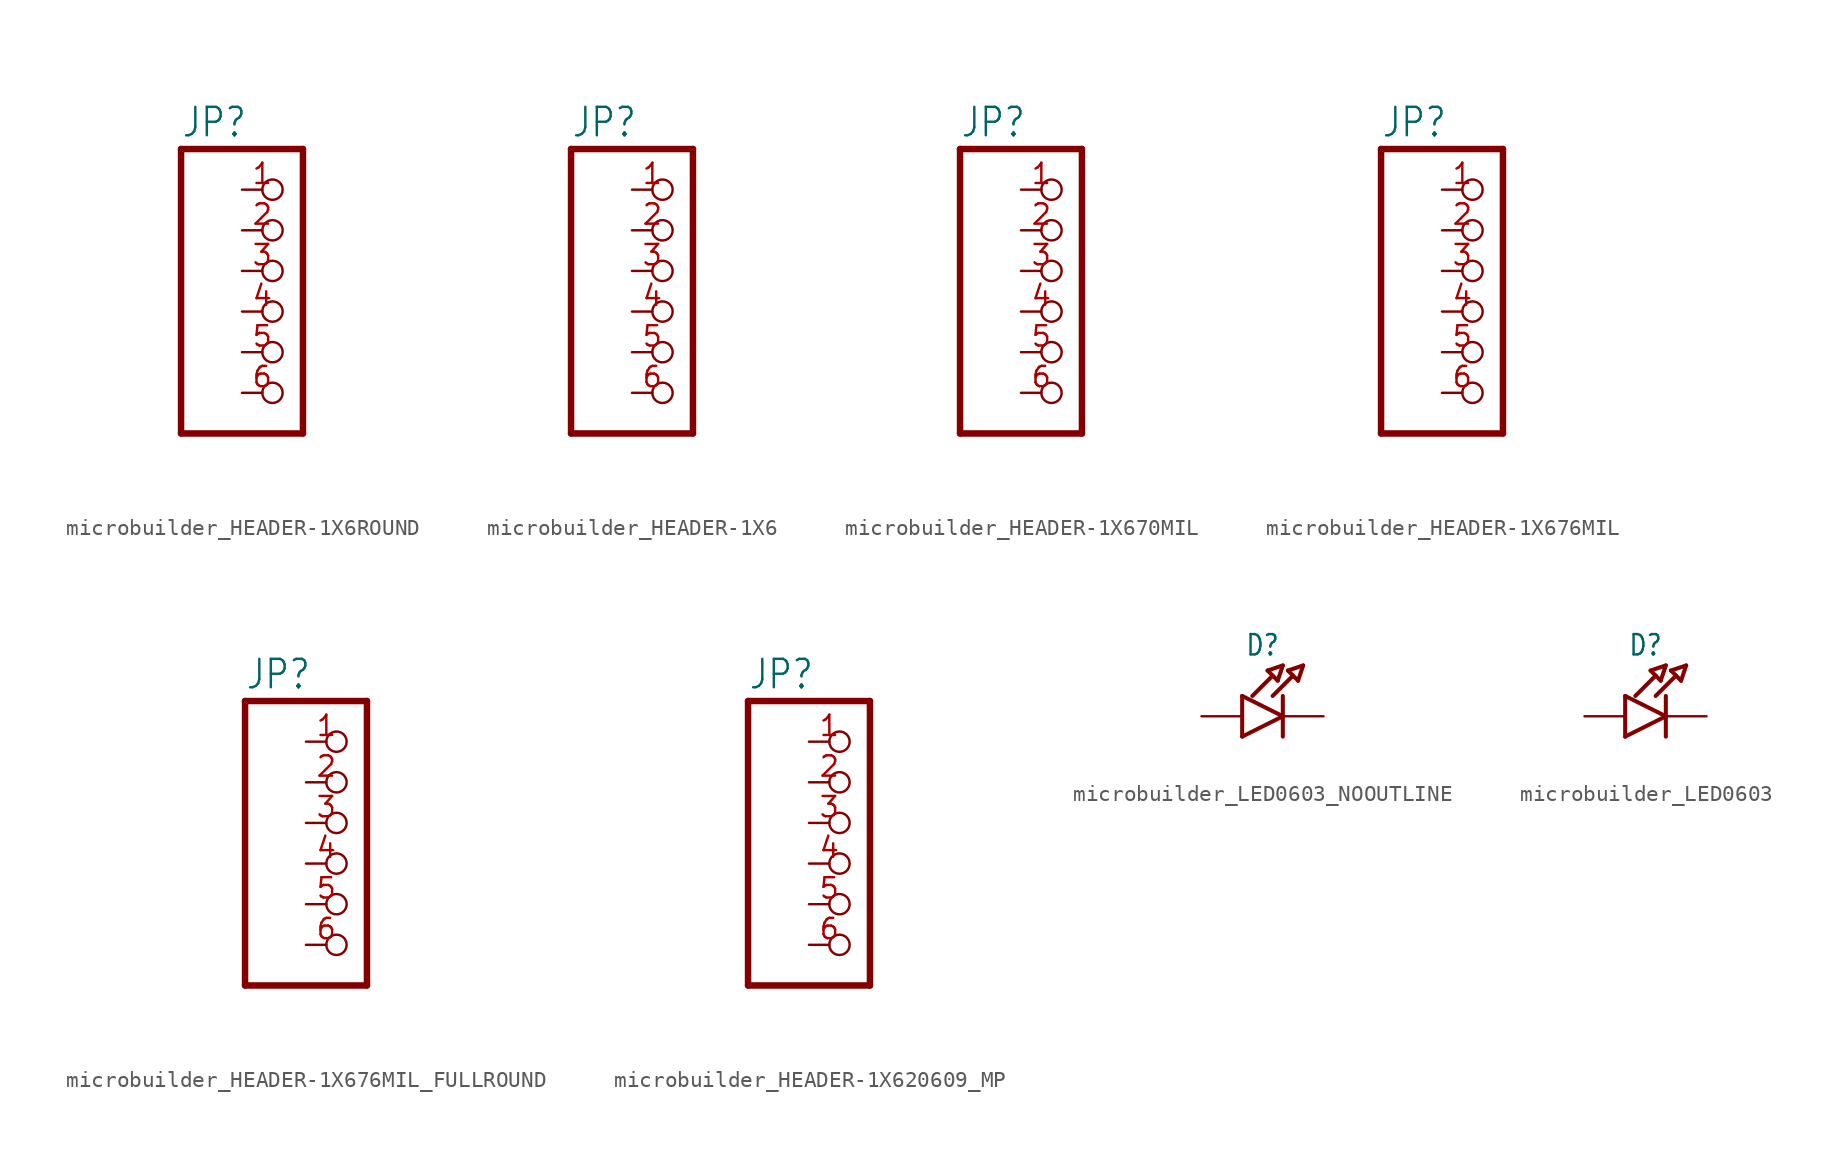
<source format=kicad_sym>
(kicad_symbol_lib
  (version 20220914)
  (generator kicad_symbol_editor)
  (symbol "microbuilder_HEADER-1X6ROUND"
    (property "Reference" "JP"
      (at -6.35 10.795 0)
      (effects (font (size 1.778 1.511)) (justify left bottom)))
    (property "Value" ""
      (at -6.35 -10.16 0)
      (effects (font (size 1.778 1.511)) (justify left bottom)))
    (property "ki_locked" ""
      (at 0 0 0)
      (effects (font (size 1.27 1.27))))
    (symbol "microbuilder_HEADER-1X6ROUND_1_0"
      (polyline (pts (xy -6.35 -7.62) (xy 1.27 -7.62)) (stroke (width 0.406) (type solid)) (fill (type none)))
      (polyline (pts (xy -6.35 10.16) (xy -6.35 -7.62)) (stroke (width 0.406) (type solid)) (fill (type none)))
      (polyline (pts (xy 1.27 -7.62) (xy 1.27 10.16)) (stroke (width 0.406) (type solid)) (fill (type none)))
      (polyline (pts (xy 1.27 10.16) (xy -6.35 10.16)) (stroke (width 0.406) (type solid)) (fill (type none)))
      (pin passive inverted (at -2.54 7.62 0) (length 2.54) (name "1" (effects (font (size 0 0)))) (number "1" (effects (font (size 1.27 1.27)))))
      (pin passive inverted (at -2.54 5.08 0) (length 2.54) (name "2" (effects (font (size 0 0)))) (number "2" (effects (font (size 1.27 1.27)))))
      (pin passive inverted (at -2.54 2.54 0) (length 2.54) (name "3" (effects (font (size 0 0)))) (number "3" (effects (font (size 1.27 1.27)))))
      (pin passive inverted (at -2.54 0 0) (length 2.54) (name "4" (effects (font (size 0 0)))) (number "4" (effects (font (size 1.27 1.27)))))
      (pin passive inverted (at -2.54 -2.54 0) (length 2.54) (name "5" (effects (font (size 0 0)))) (number "5" (effects (font (size 1.27 1.27)))))
      (pin passive inverted (at -2.54 -5.08 0) (length 2.54) (name "6" (effects (font (size 0 0)))) (number "6" (effects (font (size 1.27 1.27)))))))
  (symbol "microbuilder_HEADER-1X6"
    (property "Reference" "JP"
      (at -6.35 10.795 0)
      (effects (font (size 1.778 1.511)) (justify left bottom)))
    (property "Value" ""
      (at -6.35 -10.16 0)
      (effects (font (size 1.778 1.511)) (justify left bottom)))
    (property "ki_locked" ""
      (at 0 0 0)
      (effects (font (size 1.27 1.27))))
    (symbol "microbuilder_HEADER-1X6_1_0"
      (polyline (pts (xy -6.35 -7.62) (xy 1.27 -7.62)) (stroke (width 0.406) (type solid)) (fill (type none)))
      (polyline (pts (xy -6.35 10.16) (xy -6.35 -7.62)) (stroke (width 0.406) (type solid)) (fill (type none)))
      (polyline (pts (xy 1.27 -7.62) (xy 1.27 10.16)) (stroke (width 0.406) (type solid)) (fill (type none)))
      (polyline (pts (xy 1.27 10.16) (xy -6.35 10.16)) (stroke (width 0.406) (type solid)) (fill (type none)))
      (pin passive inverted (at -2.54 7.62 0) (length 2.54) (name "1" (effects (font (size 0 0)))) (number "1" (effects (font (size 1.27 1.27)))))
      (pin passive inverted (at -2.54 5.08 0) (length 2.54) (name "2" (effects (font (size 0 0)))) (number "2" (effects (font (size 1.27 1.27)))))
      (pin passive inverted (at -2.54 2.54 0) (length 2.54) (name "3" (effects (font (size 0 0)))) (number "3" (effects (font (size 1.27 1.27)))))
      (pin passive inverted (at -2.54 0 0) (length 2.54) (name "4" (effects (font (size 0 0)))) (number "4" (effects (font (size 1.27 1.27)))))
      (pin passive inverted (at -2.54 -2.54 0) (length 2.54) (name "5" (effects (font (size 0 0)))) (number "5" (effects (font (size 1.27 1.27)))))
      (pin passive inverted (at -2.54 -5.08 0) (length 2.54) (name "6" (effects (font (size 0 0)))) (number "6" (effects (font (size 1.27 1.27)))))))
  (symbol "microbuilder_HEADER-1X670MIL"
    (property "Reference" "JP"
      (at -6.35 10.795 0)
      (effects (font (size 1.778 1.511)) (justify left bottom)))
    (property "Value" ""
      (at -6.35 -10.16 0)
      (effects (font (size 1.778 1.511)) (justify left bottom)))
    (property "ki_locked" ""
      (at 0 0 0)
      (effects (font (size 1.27 1.27))))
    (symbol "microbuilder_HEADER-1X670MIL_1_0"
      (polyline (pts (xy -6.35 -7.62) (xy 1.27 -7.62)) (stroke (width 0.406) (type solid)) (fill (type none)))
      (polyline (pts (xy -6.35 10.16) (xy -6.35 -7.62)) (stroke (width 0.406) (type solid)) (fill (type none)))
      (polyline (pts (xy 1.27 -7.62) (xy 1.27 10.16)) (stroke (width 0.406) (type solid)) (fill (type none)))
      (polyline (pts (xy 1.27 10.16) (xy -6.35 10.16)) (stroke (width 0.406) (type solid)) (fill (type none)))
      (pin passive inverted (at -2.54 7.62 0) (length 2.54) (name "1" (effects (font (size 0 0)))) (number "1" (effects (font (size 1.27 1.27)))))
      (pin passive inverted (at -2.54 5.08 0) (length 2.54) (name "2" (effects (font (size 0 0)))) (number "2" (effects (font (size 1.27 1.27)))))
      (pin passive inverted (at -2.54 2.54 0) (length 2.54) (name "3" (effects (font (size 0 0)))) (number "3" (effects (font (size 1.27 1.27)))))
      (pin passive inverted (at -2.54 0 0) (length 2.54) (name "4" (effects (font (size 0 0)))) (number "4" (effects (font (size 1.27 1.27)))))
      (pin passive inverted (at -2.54 -2.54 0) (length 2.54) (name "5" (effects (font (size 0 0)))) (number "5" (effects (font (size 1.27 1.27)))))
      (pin passive inverted (at -2.54 -5.08 0) (length 2.54) (name "6" (effects (font (size 0 0)))) (number "6" (effects (font (size 1.27 1.27)))))))
  (symbol "microbuilder_HEADER-1X676MIL"
    (property "Reference" "JP"
      (at -6.35 10.795 0)
      (effects (font (size 1.778 1.511)) (justify left bottom)))
    (property "Value" ""
      (at -6.35 -10.16 0)
      (effects (font (size 1.778 1.511)) (justify left bottom)))
    (property "ki_locked" ""
      (at 0 0 0)
      (effects (font (size 1.27 1.27))))
    (symbol "microbuilder_HEADER-1X676MIL_1_0"
      (polyline (pts (xy -6.35 -7.62) (xy 1.27 -7.62)) (stroke (width 0.406) (type solid)) (fill (type none)))
      (polyline (pts (xy -6.35 10.16) (xy -6.35 -7.62)) (stroke (width 0.406) (type solid)) (fill (type none)))
      (polyline (pts (xy 1.27 -7.62) (xy 1.27 10.16)) (stroke (width 0.406) (type solid)) (fill (type none)))
      (polyline (pts (xy 1.27 10.16) (xy -6.35 10.16)) (stroke (width 0.406) (type solid)) (fill (type none)))
      (pin passive inverted (at -2.54 7.62 0) (length 2.54) (name "1" (effects (font (size 0 0)))) (number "1" (effects (font (size 1.27 1.27)))))
      (pin passive inverted (at -2.54 5.08 0) (length 2.54) (name "2" (effects (font (size 0 0)))) (number "2" (effects (font (size 1.27 1.27)))))
      (pin passive inverted (at -2.54 2.54 0) (length 2.54) (name "3" (effects (font (size 0 0)))) (number "3" (effects (font (size 1.27 1.27)))))
      (pin passive inverted (at -2.54 0 0) (length 2.54) (name "4" (effects (font (size 0 0)))) (number "4" (effects (font (size 1.27 1.27)))))
      (pin passive inverted (at -2.54 -2.54 0) (length 2.54) (name "5" (effects (font (size 0 0)))) (number "5" (effects (font (size 1.27 1.27)))))
      (pin passive inverted (at -2.54 -5.08 0) (length 2.54) (name "6" (effects (font (size 0 0)))) (number "6" (effects (font (size 1.27 1.27)))))))
  (symbol "microbuilder_HEADER-1X676MIL_FULLROUND"
    (property "Reference" "JP"
      (at -6.35 10.795 0)
      (effects (font (size 1.778 1.511)) (justify left bottom)))
    (property "Value" ""
      (at -6.35 -10.16 0)
      (effects (font (size 1.778 1.511)) (justify left bottom)))
    (property "ki_locked" ""
      (at 0 0 0)
      (effects (font (size 1.27 1.27))))
    (symbol "microbuilder_HEADER-1X676MIL_FULLROUND_1_0"
      (polyline (pts (xy -6.35 -7.62) (xy 1.27 -7.62)) (stroke (width 0.406) (type solid)) (fill (type none)))
      (polyline (pts (xy -6.35 10.16) (xy -6.35 -7.62)) (stroke (width 0.406) (type solid)) (fill (type none)))
      (polyline (pts (xy 1.27 -7.62) (xy 1.27 10.16)) (stroke (width 0.406) (type solid)) (fill (type none)))
      (polyline (pts (xy 1.27 10.16) (xy -6.35 10.16)) (stroke (width 0.406) (type solid)) (fill (type none)))
      (pin passive inverted (at -2.54 7.62 0) (length 2.54) (name "1" (effects (font (size 0 0)))) (number "1" (effects (font (size 1.27 1.27)))))
      (pin passive inverted (at -2.54 5.08 0) (length 2.54) (name "2" (effects (font (size 0 0)))) (number "2" (effects (font (size 1.27 1.27)))))
      (pin passive inverted (at -2.54 2.54 0) (length 2.54) (name "3" (effects (font (size 0 0)))) (number "3" (effects (font (size 1.27 1.27)))))
      (pin passive inverted (at -2.54 0 0) (length 2.54) (name "4" (effects (font (size 0 0)))) (number "4" (effects (font (size 1.27 1.27)))))
      (pin passive inverted (at -2.54 -2.54 0) (length 2.54) (name "5" (effects (font (size 0 0)))) (number "5" (effects (font (size 1.27 1.27)))))
      (pin passive inverted (at -2.54 -5.08 0) (length 2.54) (name "6" (effects (font (size 0 0)))) (number "6" (effects (font (size 1.27 1.27)))))))
  (symbol "microbuilder_HEADER-1X620609_MP"
    (property "Reference" "JP"
      (at -6.35 10.795 0)
      (effects (font (size 1.778 1.511)) (justify left bottom)))
    (property "Value" ""
      (at -6.35 -10.16 0)
      (effects (font (size 1.778 1.511)) (justify left bottom)))
    (property "ki_locked" ""
      (at 0 0 0)
      (effects (font (size 1.27 1.27))))
    (symbol "microbuilder_HEADER-1X620609_MP_1_0"
      (polyline (pts (xy -6.35 -7.62) (xy 1.27 -7.62)) (stroke (width 0.406) (type solid)) (fill (type none)))
      (polyline (pts (xy -6.35 10.16) (xy -6.35 -7.62)) (stroke (width 0.406) (type solid)) (fill (type none)))
      (polyline (pts (xy 1.27 -7.62) (xy 1.27 10.16)) (stroke (width 0.406) (type solid)) (fill (type none)))
      (polyline (pts (xy 1.27 10.16) (xy -6.35 10.16)) (stroke (width 0.406) (type solid)) (fill (type none)))
      (pin passive inverted (at -2.54 7.62 0) (length 2.54) (name "1" (effects (font (size 0 0)))) (number "1" (effects (font (size 1.27 1.27)))))
      (pin passive inverted (at -2.54 5.08 0) (length 2.54) (name "2" (effects (font (size 0 0)))) (number "2" (effects (font (size 1.27 1.27)))))
      (pin passive inverted (at -2.54 2.54 0) (length 2.54) (name "3" (effects (font (size 0 0)))) (number "3" (effects (font (size 1.27 1.27)))))
      (pin passive inverted (at -2.54 0 0) (length 2.54) (name "4" (effects (font (size 0 0)))) (number "4" (effects (font (size 1.27 1.27)))))
      (pin passive inverted (at -2.54 -2.54 0) (length 2.54) (name "5" (effects (font (size 0 0)))) (number "5" (effects (font (size 1.27 1.27)))))
      (pin passive inverted (at -2.54 -5.08 0) (length 2.54) (name "6" (effects (font (size 0 0)))) (number "6" (effects (font (size 1.27 1.27)))))))
  (symbol "microbuilder_LED0603_NOOUTLINE"
    (property "Reference" "D"
      (at -1.27 4.445 0)
      (effects (font (size 1.27 1.079))))
    (property "Value" ""
      (at -1.27 -2.794 0)
      (effects (font (size 1.27 1.079))))
    (property "ki_locked" ""
      (at 0 0 0)
      (effects (font (size 1.27 1.27))))
    (symbol "microbuilder_LED0603_NOOUTLINE_1_0"
      (polyline (pts (xy -2.54 -1.27) (xy 0 0)) (stroke (width 0.254) (type solid)) (fill (type none)))
      (polyline (pts (xy -2.54 1.27) (xy -2.54 -1.27)) (stroke (width 0.254) (type solid)) (fill (type none)))
      (polyline (pts (xy -1.905 1.27) (xy -0.635 2.54)) (stroke (width 0.254) (type solid)) (fill (type none)))
      (polyline (pts (xy -0.953 2.857) (xy -0.318 2.223)) (stroke (width 0.254) (type solid)) (fill (type none)))
      (polyline (pts (xy -0.635 1.27) (xy 0.635 2.54)) (stroke (width 0.254) (type solid)) (fill (type none)))
      (polyline (pts (xy -0.318 2.223) (xy 0 3.175)) (stroke (width 0.254) (type solid)) (fill (type none)))
      (polyline (pts (xy 0 0) (xy -2.54 1.27)) (stroke (width 0.254) (type solid)) (fill (type none)))
      (polyline (pts (xy 0 0) (xy 0 -1.27)) (stroke (width 0.254) (type solid)) (fill (type none)))
      (polyline (pts (xy 0 1.27) (xy 0 0)) (stroke (width 0.254) (type solid)) (fill (type none)))
      (polyline (pts (xy 0 3.175) (xy -0.953 2.857)) (stroke (width 0.254) (type solid)) (fill (type none)))
      (polyline (pts (xy 0.318 2.857) (xy 0.953 2.223)) (stroke (width 0.254) (type solid)) (fill (type none)))
      (polyline (pts (xy 0.953 2.223) (xy 1.27 3.175)) (stroke (width 0.254) (type solid)) (fill (type none)))
      (polyline (pts (xy 1.27 3.175) (xy 0.318 2.857)) (stroke (width 0.254) (type solid)) (fill (type none)))
      (pin passive line (at -5.08 0 0) (length 2.54) (name "A" (effects (font (size 0 0)))) (number "A" (effects (font (size 0 0)))))
      (pin passive line (at 2.54 0 180) (length 2.54) (name "C" (effects (font (size 0 0)))) (number "C" (effects (font (size 0 0)))))))
  (symbol "microbuilder_LED0603"
    (property "Reference" "D"
      (at -1.27 4.445 0)
      (effects (font (size 1.27 1.079))))
    (property "Value" ""
      (at -1.27 -2.794 0)
      (effects (font (size 1.27 1.079))))
    (property "ki_locked" ""
      (at 0 0 0)
      (effects (font (size 1.27 1.27))))
    (symbol "microbuilder_LED0603_1_0"
      (polyline (pts (xy -2.54 -1.27) (xy 0 0)) (stroke (width 0.254) (type solid)) (fill (type none)))
      (polyline (pts (xy -2.54 1.27) (xy -2.54 -1.27)) (stroke (width 0.254) (type solid)) (fill (type none)))
      (polyline (pts (xy -1.905 1.27) (xy -0.635 2.54)) (stroke (width 0.254) (type solid)) (fill (type none)))
      (polyline (pts (xy -0.953 2.857) (xy -0.318 2.223)) (stroke (width 0.254) (type solid)) (fill (type none)))
      (polyline (pts (xy -0.635 1.27) (xy 0.635 2.54)) (stroke (width 0.254) (type solid)) (fill (type none)))
      (polyline (pts (xy -0.318 2.223) (xy 0 3.175)) (stroke (width 0.254) (type solid)) (fill (type none)))
      (polyline (pts (xy 0 0) (xy -2.54 1.27)) (stroke (width 0.254) (type solid)) (fill (type none)))
      (polyline (pts (xy 0 0) (xy 0 -1.27)) (stroke (width 0.254) (type solid)) (fill (type none)))
      (polyline (pts (xy 0 1.27) (xy 0 0)) (stroke (width 0.254) (type solid)) (fill (type none)))
      (polyline (pts (xy 0 3.175) (xy -0.953 2.857)) (stroke (width 0.254) (type solid)) (fill (type none)))
      (polyline (pts (xy 0.318 2.857) (xy 0.953 2.223)) (stroke (width 0.254) (type solid)) (fill (type none)))
      (polyline (pts (xy 0.953 2.223) (xy 1.27 3.175)) (stroke (width 0.254) (type solid)) (fill (type none)))
      (polyline (pts (xy 1.27 3.175) (xy 0.318 2.857)) (stroke (width 0.254) (type solid)) (fill (type none)))
      (pin passive line (at -5.08 0 0) (length 2.54) (name "A" (effects (font (size 0 0)))) (number "A" (effects (font (size 0 0)))))
      (pin passive line (at 2.54 0 180) (length 2.54) (name "C" (effects (font (size 0 0)))) (number "C" (effects (font (size 0 0))))))))
</source>
